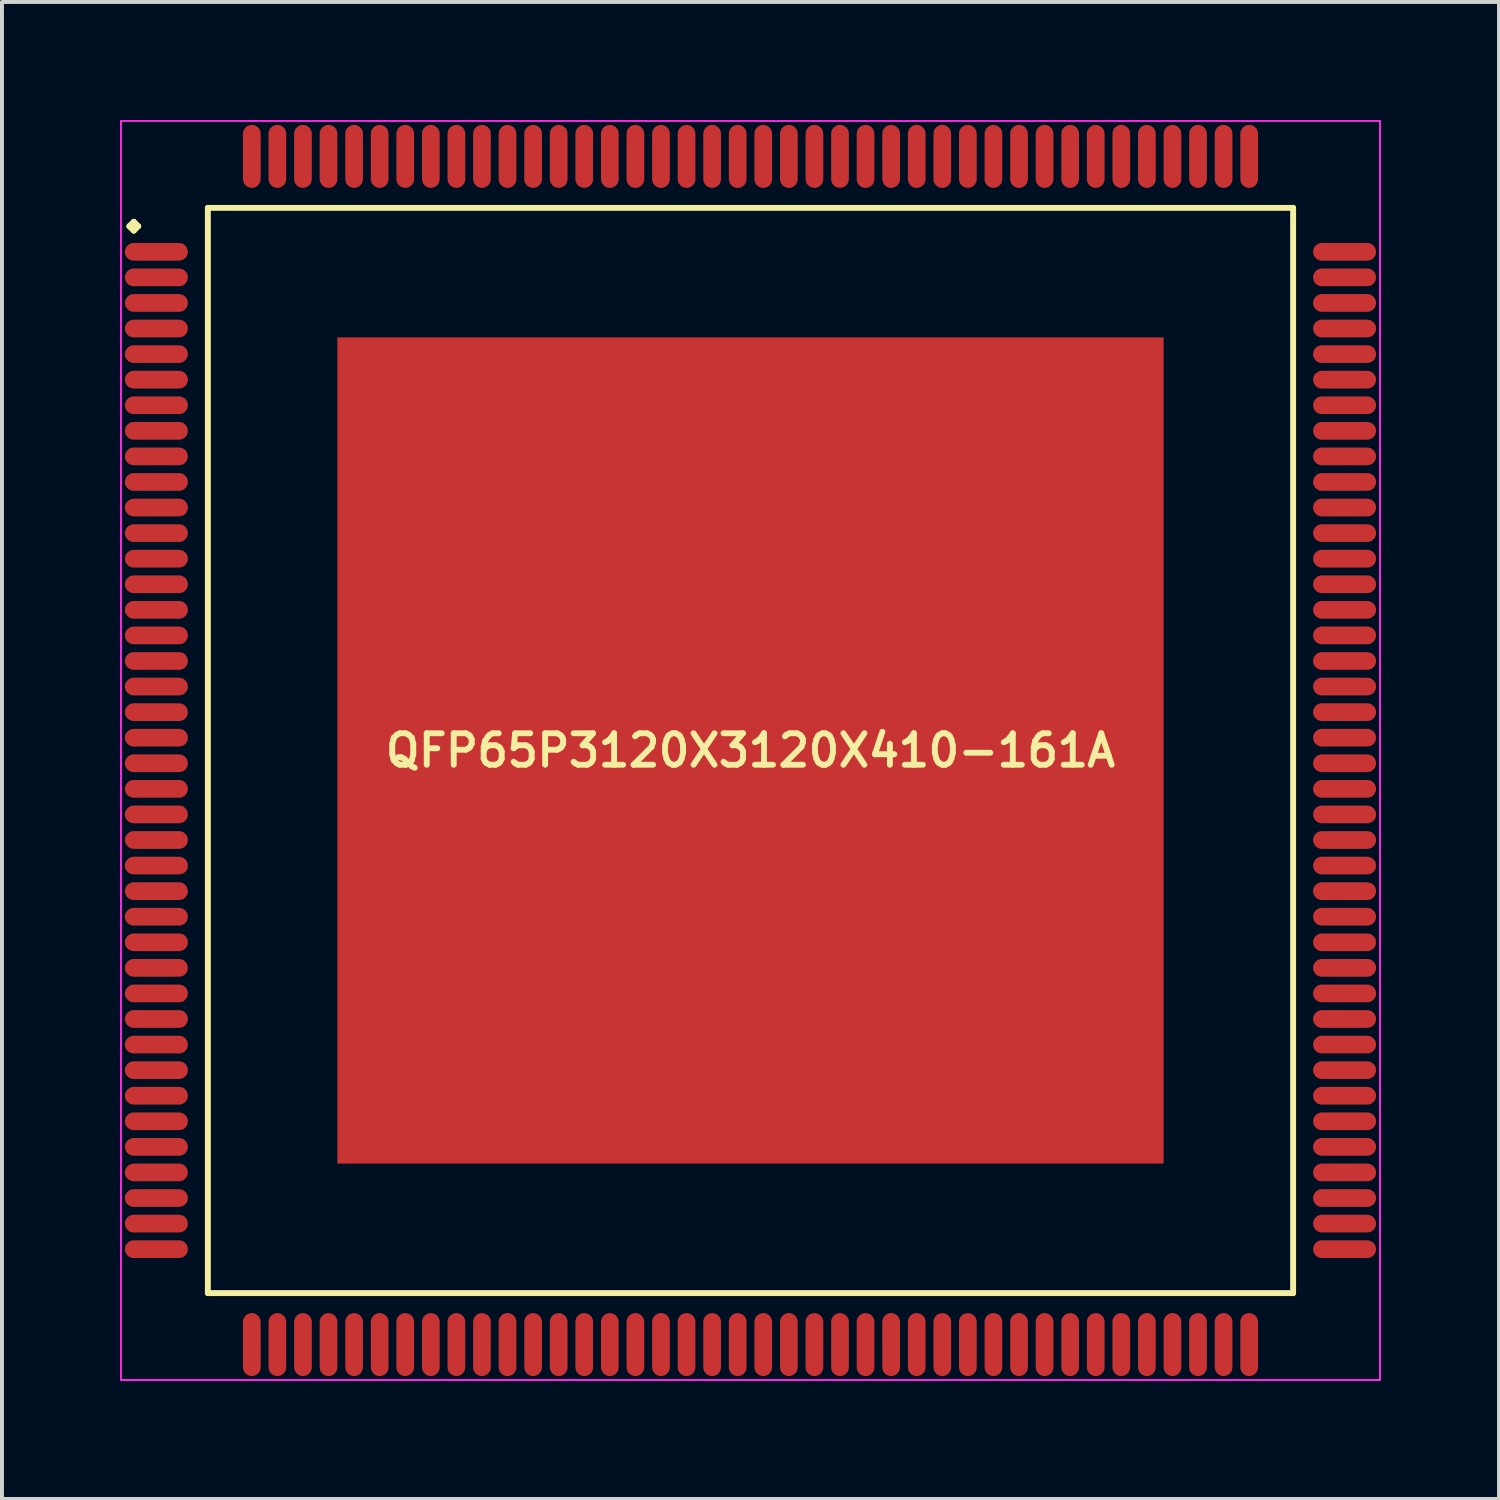
<source format=kicad_pcb>
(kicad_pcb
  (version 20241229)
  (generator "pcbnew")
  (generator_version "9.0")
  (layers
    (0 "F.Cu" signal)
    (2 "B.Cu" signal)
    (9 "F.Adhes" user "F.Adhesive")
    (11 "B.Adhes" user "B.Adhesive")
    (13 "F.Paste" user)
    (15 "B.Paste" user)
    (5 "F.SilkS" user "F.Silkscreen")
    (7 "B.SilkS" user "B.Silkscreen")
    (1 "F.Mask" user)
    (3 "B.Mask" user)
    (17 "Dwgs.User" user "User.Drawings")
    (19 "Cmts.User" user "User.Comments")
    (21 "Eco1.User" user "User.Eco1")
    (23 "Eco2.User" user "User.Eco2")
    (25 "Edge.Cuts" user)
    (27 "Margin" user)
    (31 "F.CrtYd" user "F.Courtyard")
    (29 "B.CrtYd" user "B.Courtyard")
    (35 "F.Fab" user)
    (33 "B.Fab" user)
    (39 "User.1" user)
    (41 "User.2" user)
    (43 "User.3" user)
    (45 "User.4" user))
  (footprint "QFP65P3120X3120X410-161A"
    (layer "F.Cu")
    (at 16.025 16.025)
    (property "Reference" "QFP65P3120X3120X410-161A" (at 0 0 0) (layer "F.SilkS") (effects (font (size 0.8 0.8) (thickness 0.15))))
    (attr smd)
    (fp_line (start -15.787 -13.325) (end -15.675 -13.438) (stroke (width 0.15) (type solid)) (layer "F.SilkS"))
    (fp_line (start -15.675 -13.438) (end -15.562 -13.325) (stroke (width 0.15) (type solid)) (layer "F.SilkS"))
    (fp_line (start -15.675 -13.213) (end -15.787 -13.325) (stroke (width 0.15) (type solid)) (layer "F.SilkS"))
    (fp_line (start -15.562 -13.325) (end -15.675 -13.213) (stroke (width 0.15) (type solid)) (layer "F.SilkS"))
    (fp_line (start -13.792 -13.792) (end -13.792 13.792) (stroke (width 0.15) (type solid)) (layer "F.SilkS"))
    (fp_line (start -13.792 13.792) (end 13.792 13.792) (stroke (width 0.15) (type solid)) (layer "F.SilkS"))
    (fp_line (start 13.792 -13.792) (end -13.792 -13.792) (stroke (width 0.15) (type solid)) (layer "F.SilkS"))
    (fp_line (start 13.792 13.792) (end 13.792 -13.792) (stroke (width 0.15) (type solid)) (layer "F.SilkS"))
    (fp_line (start -16 -16) (end 16 -16) (stroke (width 0.05) (type solid)) (layer "F.CrtYd"))
    (fp_line (start -16 16) (end -16 -16) (stroke (width 0.05) (type solid)) (layer "F.CrtYd"))
    (fp_line (start 16 -16) (end 16 16) (stroke (width 0.05) (type solid)) (layer "F.CrtYd"))
    (fp_line (start 16 16) (end -16 16) (stroke (width 0.05) (type solid)) (layer "F.CrtYd"))
    (pad "1" smd oval (at -15.1 -12.675) (size 1.6 0.45) (layers "F.Cu" "F.Mask" "F.Paste"))
    (pad "2" smd oval (at -15.1 -12.025) (size 1.6 0.45) (layers "F.Cu" "F.Mask" "F.Paste"))
    (pad "3" smd oval (at -15.1 -11.375) (size 1.6 0.45) (layers "F.Cu" "F.Mask" "F.Paste"))
    (pad "4" smd oval (at -15.1 -10.725) (size 1.6 0.45) (layers "F.Cu" "F.Mask" "F.Paste"))
    (pad "5" smd oval (at -15.1 -10.075) (size 1.6 0.45) (layers "F.Cu" "F.Mask" "F.Paste"))
    (pad "6" smd oval (at -15.1 -9.425) (size 1.6 0.45) (layers "F.Cu" "F.Mask" "F.Paste"))
    (pad "7" smd oval (at -15.1 -8.775) (size 1.6 0.45) (layers "F.Cu" "F.Mask" "F.Paste"))
    (pad "8" smd oval (at -15.1 -8.125) (size 1.6 0.45) (layers "F.Cu" "F.Mask" "F.Paste"))
    (pad "9" smd oval (at -15.1 -7.475) (size 1.6 0.45) (layers "F.Cu" "F.Mask" "F.Paste"))
    (pad "10" smd oval (at -15.1 -6.825) (size 1.6 0.45) (layers "F.Cu" "F.Mask" "F.Paste"))
    (pad "11" smd oval (at -15.1 -6.175) (size 1.6 0.45) (layers "F.Cu" "F.Mask" "F.Paste"))
    (pad "12" smd oval (at -15.1 -5.525) (size 1.6 0.45) (layers "F.Cu" "F.Mask" "F.Paste"))
    (pad "13" smd oval (at -15.1 -4.875) (size 1.6 0.45) (layers "F.Cu" "F.Mask" "F.Paste"))
    (pad "14" smd oval (at -15.1 -4.225) (size 1.6 0.45) (layers "F.Cu" "F.Mask" "F.Paste"))
    (pad "15" smd oval (at -15.1 -3.575) (size 1.6 0.45) (layers "F.Cu" "F.Mask" "F.Paste"))
    (pad "16" smd oval (at -15.1 -2.925) (size 1.6 0.45) (layers "F.Cu" "F.Mask" "F.Paste"))
    (pad "17" smd oval (at -15.1 -2.275) (size 1.6 0.45) (layers "F.Cu" "F.Mask" "F.Paste"))
    (pad "18" smd oval (at -15.1 -1.625) (size 1.6 0.45) (layers "F.Cu" "F.Mask" "F.Paste"))
    (pad "19" smd oval (at -15.1 -0.975) (size 1.6 0.45) (layers "F.Cu" "F.Mask" "F.Paste"))
    (pad "20" smd oval (at -15.1 -0.325) (size 1.6 0.45) (layers "F.Cu" "F.Mask" "F.Paste"))
    (pad "21" smd oval (at -15.1 0.325) (size 1.6 0.45) (layers "F.Cu" "F.Mask" "F.Paste"))
    (pad "22" smd oval (at -15.1 0.975) (size 1.6 0.45) (layers "F.Cu" "F.Mask" "F.Paste"))
    (pad "23" smd oval (at -15.1 1.625) (size 1.6 0.45) (layers "F.Cu" "F.Mask" "F.Paste"))
    (pad "24" smd oval (at -15.1 2.275) (size 1.6 0.45) (layers "F.Cu" "F.Mask" "F.Paste"))
    (pad "25" smd oval (at -15.1 2.925) (size 1.6 0.45) (layers "F.Cu" "F.Mask" "F.Paste"))
    (pad "26" smd oval (at -15.1 3.575) (size 1.6 0.45) (layers "F.Cu" "F.Mask" "F.Paste"))
    (pad "27" smd oval (at -15.1 4.225) (size 1.6 0.45) (layers "F.Cu" "F.Mask" "F.Paste"))
    (pad "28" smd oval (at -15.1 4.875) (size 1.6 0.45) (layers "F.Cu" "F.Mask" "F.Paste"))
    (pad "29" smd oval (at -15.1 5.525) (size 1.6 0.45) (layers "F.Cu" "F.Mask" "F.Paste"))
    (pad "30" smd oval (at -15.1 6.175) (size 1.6 0.45) (layers "F.Cu" "F.Mask" "F.Paste"))
    (pad "31" smd oval (at -15.1 6.825) (size 1.6 0.45) (layers "F.Cu" "F.Mask" "F.Paste"))
    (pad "32" smd oval (at -15.1 7.475) (size 1.6 0.45) (layers "F.Cu" "F.Mask" "F.Paste"))
    (pad "33" smd oval (at -15.1 8.125) (size 1.6 0.45) (layers "F.Cu" "F.Mask" "F.Paste"))
    (pad "34" smd oval (at -15.1 8.775) (size 1.6 0.45) (layers "F.Cu" "F.Mask" "F.Paste"))
    (pad "35" smd oval (at -15.1 9.425) (size 1.6 0.45) (layers "F.Cu" "F.Mask" "F.Paste"))
    (pad "36" smd oval (at -15.1 10.075) (size 1.6 0.45) (layers "F.Cu" "F.Mask" "F.Paste"))
    (pad "37" smd oval (at -15.1 10.725) (size 1.6 0.45) (layers "F.Cu" "F.Mask" "F.Paste"))
    (pad "38" smd oval (at -15.1 11.375) (size 1.6 0.45) (layers "F.Cu" "F.Mask" "F.Paste"))
    (pad "39" smd oval (at -15.1 12.025) (size 1.6 0.45) (layers "F.Cu" "F.Mask" "F.Paste"))
    (pad "40" smd oval (at -15.1 12.675) (size 1.6 0.45) (layers "F.Cu" "F.Mask" "F.Paste"))
    (pad "41" smd oval (at -12.675 15.1) (size 0.45 1.6) (layers "F.Cu" "F.Mask" "F.Paste"))
    (pad "42" smd oval (at -12.025 15.1) (size 0.45 1.6) (layers "F.Cu" "F.Mask" "F.Paste"))
    (pad "43" smd oval (at -11.375 15.1) (size 0.45 1.6) (layers "F.Cu" "F.Mask" "F.Paste"))
    (pad "44" smd oval (at -10.725 15.1) (size 0.45 1.6) (layers "F.Cu" "F.Mask" "F.Paste"))
    (pad "45" smd oval (at -10.075 15.1) (size 0.45 1.6) (layers "F.Cu" "F.Mask" "F.Paste"))
    (pad "46" smd oval (at -9.425 15.1) (size 0.45 1.6) (layers "F.Cu" "F.Mask" "F.Paste"))
    (pad "47" smd oval (at -8.775 15.1) (size 0.45 1.6) (layers "F.Cu" "F.Mask" "F.Paste"))
    (pad "48" smd oval (at -8.125 15.1) (size 0.45 1.6) (layers "F.Cu" "F.Mask" "F.Paste"))
    (pad "49" smd oval (at -7.475 15.1) (size 0.45 1.6) (layers "F.Cu" "F.Mask" "F.Paste"))
    (pad "50" smd oval (at -6.825 15.1) (size 0.45 1.6) (layers "F.Cu" "F.Mask" "F.Paste"))
    (pad "51" smd oval (at -6.175 15.1) (size 0.45 1.6) (layers "F.Cu" "F.Mask" "F.Paste"))
    (pad "52" smd oval (at -5.525 15.1) (size 0.45 1.6) (layers "F.Cu" "F.Mask" "F.Paste"))
    (pad "53" smd oval (at -4.875 15.1) (size 0.45 1.6) (layers "F.Cu" "F.Mask" "F.Paste"))
    (pad "54" smd oval (at -4.225 15.1) (size 0.45 1.6) (layers "F.Cu" "F.Mask" "F.Paste"))
    (pad "55" smd oval (at -3.575 15.1) (size 0.45 1.6) (layers "F.Cu" "F.Mask" "F.Paste"))
    (pad "56" smd oval (at -2.925 15.1) (size 0.45 1.6) (layers "F.Cu" "F.Mask" "F.Paste"))
    (pad "57" smd oval (at -2.275 15.1) (size 0.45 1.6) (layers "F.Cu" "F.Mask" "F.Paste"))
    (pad "58" smd oval (at -1.625 15.1) (size 0.45 1.6) (layers "F.Cu" "F.Mask" "F.Paste"))
    (pad "59" smd oval (at -0.975 15.1) (size 0.45 1.6) (layers "F.Cu" "F.Mask" "F.Paste"))
    (pad "60" smd oval (at -0.325 15.1) (size 0.45 1.6) (layers "F.Cu" "F.Mask" "F.Paste"))
    (pad "61" smd oval (at 0.325 15.1) (size 0.45 1.6) (layers "F.Cu" "F.Mask" "F.Paste"))
    (pad "62" smd oval (at 0.975 15.1) (size 0.45 1.6) (layers "F.Cu" "F.Mask" "F.Paste"))
    (pad "63" smd oval (at 1.625 15.1) (size 0.45 1.6) (layers "F.Cu" "F.Mask" "F.Paste"))
    (pad "64" smd oval (at 2.275 15.1) (size 0.45 1.6) (layers "F.Cu" "F.Mask" "F.Paste"))
    (pad "65" smd oval (at 2.925 15.1) (size 0.45 1.6) (layers "F.Cu" "F.Mask" "F.Paste"))
    (pad "66" smd oval (at 3.575 15.1) (size 0.45 1.6) (layers "F.Cu" "F.Mask" "F.Paste"))
    (pad "67" smd oval (at 4.225 15.1) (size 0.45 1.6) (layers "F.Cu" "F.Mask" "F.Paste"))
    (pad "68" smd oval (at 4.875 15.1) (size 0.45 1.6) (layers "F.Cu" "F.Mask" "F.Paste"))
    (pad "69" smd oval (at 5.525 15.1) (size 0.45 1.6) (layers "F.Cu" "F.Mask" "F.Paste"))
    (pad "70" smd oval (at 6.175 15.1) (size 0.45 1.6) (layers "F.Cu" "F.Mask" "F.Paste"))
    (pad "71" smd oval (at 6.825 15.1) (size 0.45 1.6) (layers "F.Cu" "F.Mask" "F.Paste"))
    (pad "72" smd oval (at 7.475 15.1) (size 0.45 1.6) (layers "F.Cu" "F.Mask" "F.Paste"))
    (pad "73" smd oval (at 8.125 15.1) (size 0.45 1.6) (layers "F.Cu" "F.Mask" "F.Paste"))
    (pad "74" smd oval (at 8.775 15.1) (size 0.45 1.6) (layers "F.Cu" "F.Mask" "F.Paste"))
    (pad "75" smd oval (at 9.425 15.1) (size 0.45 1.6) (layers "F.Cu" "F.Mask" "F.Paste"))
    (pad "76" smd oval (at 10.075 15.1) (size 0.45 1.6) (layers "F.Cu" "F.Mask" "F.Paste"))
    (pad "77" smd oval (at 10.725 15.1) (size 0.45 1.6) (layers "F.Cu" "F.Mask" "F.Paste"))
    (pad "78" smd oval (at 11.375 15.1) (size 0.45 1.6) (layers "F.Cu" "F.Mask" "F.Paste"))
    (pad "79" smd oval (at 12.025 15.1) (size 0.45 1.6) (layers "F.Cu" "F.Mask" "F.Paste"))
    (pad "80" smd oval (at 12.675 15.1) (size 0.45 1.6) (layers "F.Cu" "F.Mask" "F.Paste"))
    (pad "81" smd oval (at 15.1 12.675) (size 1.6 0.45) (layers "F.Cu" "F.Mask" "F.Paste"))
    (pad "82" smd oval (at 15.1 12.025) (size 1.6 0.45) (layers "F.Cu" "F.Mask" "F.Paste"))
    (pad "83" smd oval (at 15.1 11.375) (size 1.6 0.45) (layers "F.Cu" "F.Mask" "F.Paste"))
    (pad "84" smd oval (at 15.1 10.725) (size 1.6 0.45) (layers "F.Cu" "F.Mask" "F.Paste"))
    (pad "85" smd oval (at 15.1 10.075) (size 1.6 0.45) (layers "F.Cu" "F.Mask" "F.Paste"))
    (pad "86" smd oval (at 15.1 9.425) (size 1.6 0.45) (layers "F.Cu" "F.Mask" "F.Paste"))
    (pad "87" smd oval (at 15.1 8.775) (size 1.6 0.45) (layers "F.Cu" "F.Mask" "F.Paste"))
    (pad "88" smd oval (at 15.1 8.125) (size 1.6 0.45) (layers "F.Cu" "F.Mask" "F.Paste"))
    (pad "89" smd oval (at 15.1 7.475) (size 1.6 0.45) (layers "F.Cu" "F.Mask" "F.Paste"))
    (pad "90" smd oval (at 15.1 6.825) (size 1.6 0.45) (layers "F.Cu" "F.Mask" "F.Paste"))
    (pad "91" smd oval (at 15.1 6.175) (size 1.6 0.45) (layers "F.Cu" "F.Mask" "F.Paste"))
    (pad "92" smd oval (at 15.1 5.525) (size 1.6 0.45) (layers "F.Cu" "F.Mask" "F.Paste"))
    (pad "93" smd oval (at 15.1 4.875) (size 1.6 0.45) (layers "F.Cu" "F.Mask" "F.Paste"))
    (pad "94" smd oval (at 15.1 4.225) (size 1.6 0.45) (layers "F.Cu" "F.Mask" "F.Paste"))
    (pad "95" smd oval (at 15.1 3.575) (size 1.6 0.45) (layers "F.Cu" "F.Mask" "F.Paste"))
    (pad "96" smd oval (at 15.1 2.925) (size 1.6 0.45) (layers "F.Cu" "F.Mask" "F.Paste"))
    (pad "97" smd oval (at 15.1 2.275) (size 1.6 0.45) (layers "F.Cu" "F.Mask" "F.Paste"))
    (pad "98" smd oval (at 15.1 1.625) (size 1.6 0.45) (layers "F.Cu" "F.Mask" "F.Paste"))
    (pad "99" smd oval (at 15.1 0.975) (size 1.6 0.45) (layers "F.Cu" "F.Mask" "F.Paste"))
    (pad "100" smd oval (at 15.1 0.325) (size 1.6 0.45) (layers "F.Cu" "F.Mask" "F.Paste"))
    (pad "101" smd oval (at 15.1 -0.325) (size 1.6 0.45) (layers "F.Cu" "F.Mask" "F.Paste"))
    (pad "102" smd oval (at 15.1 -0.975) (size 1.6 0.45) (layers "F.Cu" "F.Mask" "F.Paste"))
    (pad "103" smd oval (at 15.1 -1.625) (size 1.6 0.45) (layers "F.Cu" "F.Mask" "F.Paste"))
    (pad "104" smd oval (at 15.1 -2.275) (size 1.6 0.45) (layers "F.Cu" "F.Mask" "F.Paste"))
    (pad "105" smd oval (at 15.1 -2.925) (size 1.6 0.45) (layers "F.Cu" "F.Mask" "F.Paste"))
    (pad "106" smd oval (at 15.1 -3.575) (size 1.6 0.45) (layers "F.Cu" "F.Mask" "F.Paste"))
    (pad "107" smd oval (at 15.1 -4.225) (size 1.6 0.45) (layers "F.Cu" "F.Mask" "F.Paste"))
    (pad "108" smd oval (at 15.1 -4.875) (size 1.6 0.45) (layers "F.Cu" "F.Mask" "F.Paste"))
    (pad "109" smd oval (at 15.1 -5.525) (size 1.6 0.45) (layers "F.Cu" "F.Mask" "F.Paste"))
    (pad "110" smd oval (at 15.1 -6.175) (size 1.6 0.45) (layers "F.Cu" "F.Mask" "F.Paste"))
    (pad "111" smd oval (at 15.1 -6.825) (size 1.6 0.45) (layers "F.Cu" "F.Mask" "F.Paste"))
    (pad "112" smd oval (at 15.1 -7.475) (size 1.6 0.45) (layers "F.Cu" "F.Mask" "F.Paste"))
    (pad "113" smd oval (at 15.1 -8.125) (size 1.6 0.45) (layers "F.Cu" "F.Mask" "F.Paste"))
    (pad "114" smd oval (at 15.1 -8.775) (size 1.6 0.45) (layers "F.Cu" "F.Mask" "F.Paste"))
    (pad "115" smd oval (at 15.1 -9.425) (size 1.6 0.45) (layers "F.Cu" "F.Mask" "F.Paste"))
    (pad "116" smd oval (at 15.1 -10.075) (size 1.6 0.45) (layers "F.Cu" "F.Mask" "F.Paste"))
    (pad "117" smd oval (at 15.1 -10.725) (size 1.6 0.45) (layers "F.Cu" "F.Mask" "F.Paste"))
    (pad "118" smd oval (at 15.1 -11.375) (size 1.6 0.45) (layers "F.Cu" "F.Mask" "F.Paste"))
    (pad "119" smd oval (at 15.1 -12.025) (size 1.6 0.45) (layers "F.Cu" "F.Mask" "F.Paste"))
    (pad "120" smd oval (at 15.1 -12.675) (size 1.6 0.45) (layers "F.Cu" "F.Mask" "F.Paste"))
    (pad "121" smd oval (at 12.675 -15.1) (size 0.45 1.6) (layers "F.Cu" "F.Mask" "F.Paste"))
    (pad "122" smd oval (at 12.025 -15.1) (size 0.45 1.6) (layers "F.Cu" "F.Mask" "F.Paste"))
    (pad "123" smd oval (at 11.375 -15.1) (size 0.45 1.6) (layers "F.Cu" "F.Mask" "F.Paste"))
    (pad "124" smd oval (at 10.725 -15.1) (size 0.45 1.6) (layers "F.Cu" "F.Mask" "F.Paste"))
    (pad "125" smd oval (at 10.075 -15.1) (size 0.45 1.6) (layers "F.Cu" "F.Mask" "F.Paste"))
    (pad "126" smd oval (at 9.425 -15.1) (size 0.45 1.6) (layers "F.Cu" "F.Mask" "F.Paste"))
    (pad "127" smd oval (at 8.775 -15.1) (size 0.45 1.6) (layers "F.Cu" "F.Mask" "F.Paste"))
    (pad "128" smd oval (at 8.125 -15.1) (size 0.45 1.6) (layers "F.Cu" "F.Mask" "F.Paste"))
    (pad "129" smd oval (at 7.475 -15.1) (size 0.45 1.6) (layers "F.Cu" "F.Mask" "F.Paste"))
    (pad "130" smd oval (at 6.825 -15.1) (size 0.45 1.6) (layers "F.Cu" "F.Mask" "F.Paste"))
    (pad "131" smd oval (at 6.175 -15.1) (size 0.45 1.6) (layers "F.Cu" "F.Mask" "F.Paste"))
    (pad "132" smd oval (at 5.525 -15.1) (size 0.45 1.6) (layers "F.Cu" "F.Mask" "F.Paste"))
    (pad "133" smd oval (at 4.875 -15.1) (size 0.45 1.6) (layers "F.Cu" "F.Mask" "F.Paste"))
    (pad "134" smd oval (at 4.225 -15.1) (size 0.45 1.6) (layers "F.Cu" "F.Mask" "F.Paste"))
    (pad "135" smd oval (at 3.575 -15.1) (size 0.45 1.6) (layers "F.Cu" "F.Mask" "F.Paste"))
    (pad "136" smd oval (at 2.925 -15.1) (size 0.45 1.6) (layers "F.Cu" "F.Mask" "F.Paste"))
    (pad "137" smd oval (at 2.275 -15.1) (size 0.45 1.6) (layers "F.Cu" "F.Mask" "F.Paste"))
    (pad "138" smd oval (at 1.625 -15.1) (size 0.45 1.6) (layers "F.Cu" "F.Mask" "F.Paste"))
    (pad "139" smd oval (at 0.975 -15.1) (size 0.45 1.6) (layers "F.Cu" "F.Mask" "F.Paste"))
    (pad "140" smd oval (at 0.325 -15.1) (size 0.45 1.6) (layers "F.Cu" "F.Mask" "F.Paste"))
    (pad "141" smd oval (at -0.325 -15.1) (size 0.45 1.6) (layers "F.Cu" "F.Mask" "F.Paste"))
    (pad "142" smd oval (at -0.975 -15.1) (size 0.45 1.6) (layers "F.Cu" "F.Mask" "F.Paste"))
    (pad "143" smd oval (at -1.625 -15.1) (size 0.45 1.6) (layers "F.Cu" "F.Mask" "F.Paste"))
    (pad "144" smd oval (at -2.275 -15.1) (size 0.45 1.6) (layers "F.Cu" "F.Mask" "F.Paste"))
    (pad "145" smd oval (at -2.925 -15.1) (size 0.45 1.6) (layers "F.Cu" "F.Mask" "F.Paste"))
    (pad "146" smd oval (at -3.575 -15.1) (size 0.45 1.6) (layers "F.Cu" "F.Mask" "F.Paste"))
    (pad "147" smd oval (at -4.225 -15.1) (size 0.45 1.6) (layers "F.Cu" "F.Mask" "F.Paste"))
    (pad "148" smd oval (at -4.875 -15.1) (size 0.45 1.6) (layers "F.Cu" "F.Mask" "F.Paste"))
    (pad "149" smd oval (at -5.525 -15.1) (size 0.45 1.6) (layers "F.Cu" "F.Mask" "F.Paste"))
    (pad "150" smd oval (at -6.175 -15.1) (size 0.45 1.6) (layers "F.Cu" "F.Mask" "F.Paste"))
    (pad "151" smd oval (at -6.825 -15.1) (size 0.45 1.6) (layers "F.Cu" "F.Mask" "F.Paste"))
    (pad "152" smd oval (at -7.475 -15.1) (size 0.45 1.6) (layers "F.Cu" "F.Mask" "F.Paste"))
    (pad "153" smd oval (at -8.125 -15.1) (size 0.45 1.6) (layers "F.Cu" "F.Mask" "F.Paste"))
    (pad "154" smd oval (at -8.775 -15.1) (size 0.45 1.6) (layers "F.Cu" "F.Mask" "F.Paste"))
    (pad "155" smd oval (at -9.425 -15.1) (size 0.45 1.6) (layers "F.Cu" "F.Mask" "F.Paste"))
    (pad "156" smd oval (at -10.075 -15.1) (size 0.45 1.6) (layers "F.Cu" "F.Mask" "F.Paste"))
    (pad "157" smd oval (at -10.725 -15.1) (size 0.45 1.6) (layers "F.Cu" "F.Mask" "F.Paste"))
    (pad "158" smd oval (at -11.375 -15.1) (size 0.45 1.6) (layers "F.Cu" "F.Mask" "F.Paste"))
    (pad "159" smd oval (at -12.025 -15.1) (size 0.45 1.6) (layers "F.Cu" "F.Mask" "F.Paste"))
    (pad "160" smd oval (at -12.675 -15.1) (size 0.45 1.6) (layers "F.Cu" "F.Mask" "F.Paste"))
    (pad "161" smd rect (at 0 0) (size 21 21) (layers "F.Cu" "F.Mask" "F.Paste")))
  (gr_rect
    (start -3 -3)
    (end 35.05 35.05)
    (stroke (width 0.1) (type default))
    (fill no)
    (layer "Edge.Cuts")))
</source>
